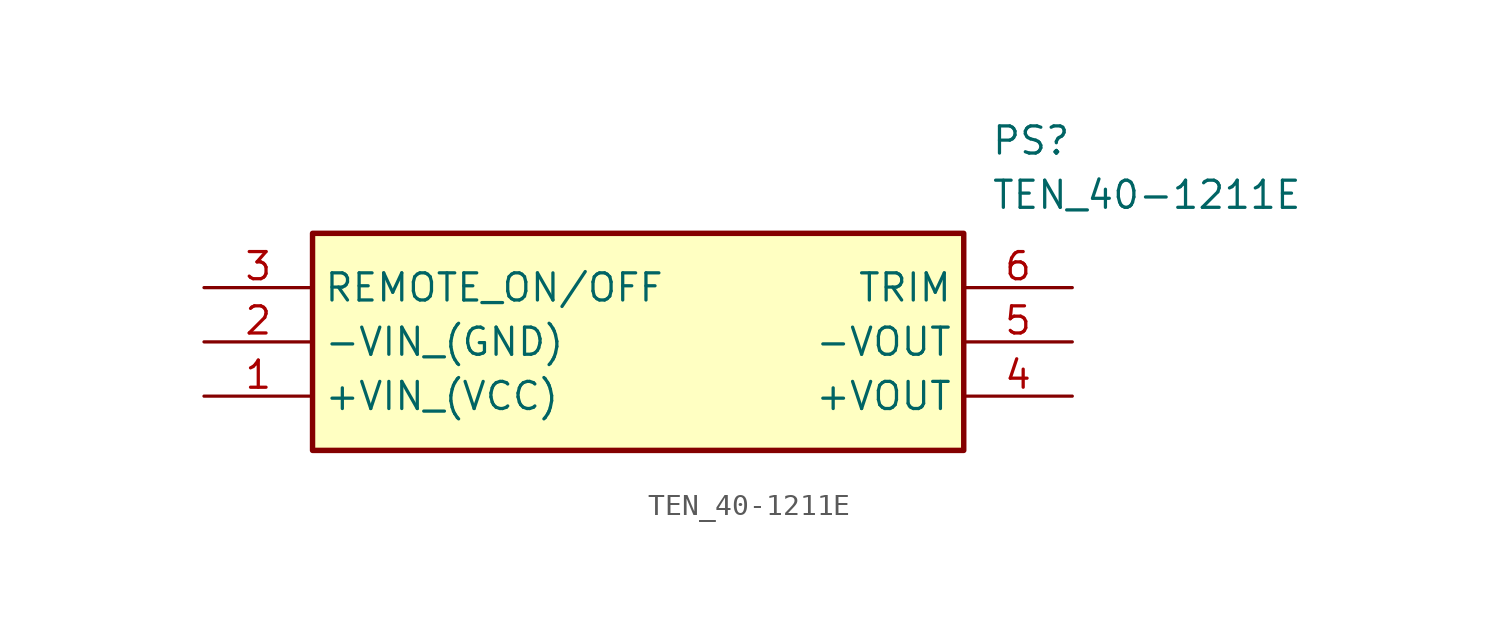
<source format=kicad_sym>
(kicad_symbol_lib
  (version 20211014)
  (generator SamacSys_ECAD_Model)
  (symbol "TEN_40-1211E"
    (property "Reference" "PS"
      (at 36.83 7.62 0)
      (effects (font (size 1.27 1.27)) (justify left top)))
    (property "Value" "TEN_40-1211E"
      (at 36.83 5.08 0)
      (effects (font (size 1.27 1.27)) (justify left top)))
    (rectangle
      (start 5.08 2.54)
      (end 35.56 -7.62)
      (stroke (width 0.254) (type default))
      (fill (type background)))
    (pin passive line
      (at 0 -5.08 0)
      (length 5.08)
      (name "+VIN_(VCC)" (effects (font (size 1.27 1.27))))
      (number "1" (effects (font (size 1.27 1.27)))))
    (pin passive line
      (at 0 -2.54 0)
      (length 5.08)
      (name "-VIN_(GND)" (effects (font (size 1.27 1.27))))
      (number "2" (effects (font (size 1.27 1.27)))))
    (pin passive line
      (at 0 0 0)
      (length 5.08)
      (name "REMOTE_ON/OFF" (effects (font (size 1.27 1.27))))
      (number "3" (effects (font (size 1.27 1.27)))))
    (pin passive line
      (at 40.64 -5.08 180)
      (length 5.08)
      (name "+VOUT" (effects (font (size 1.27 1.27))))
      (number "4" (effects (font (size 1.27 1.27)))))
    (pin passive line
      (at 40.64 -2.54 180)
      (length 5.08)
      (name "-VOUT" (effects (font (size 1.27 1.27))))
      (number "5" (effects (font (size 1.27 1.27)))))
    (pin passive line
      (at 40.64 0 180)
      (length 5.08)
      (name "TRIM" (effects (font (size 1.27 1.27))))
      (number "6" (effects (font (size 1.27 1.27)))))))
</source>
